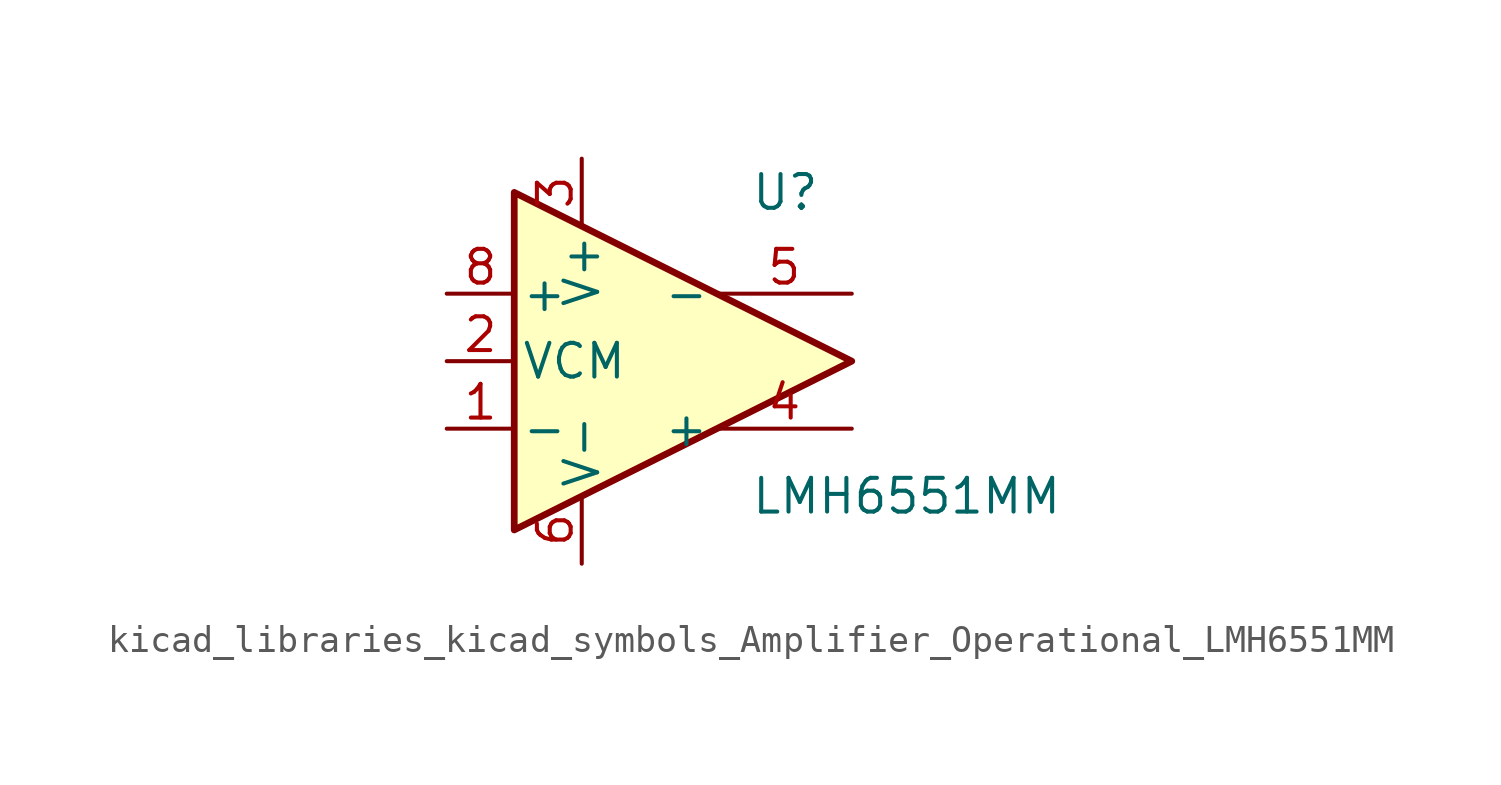
<source format=kicad_sym>
(kicad_symbol_lib
  (version 20220914)
  (generator kicad_symbol_editor)
  (symbol "kicad_libraries_kicad_symbols_Amplifier_Operational_LMH6551MM"
    (pin_names
      (offset 0.254))
    (property "Reference" "U"
      (at 3.81 6.35 0)
      (effects (font (size 1.27 1.27)) (justify left)))
    (property "Value" "LMH6551MM"
      (at 3.81 -5.08 0)
      (effects (font (size 1.27 1.27)) (justify left)))
    (symbol "kicad_libraries_kicad_symbols_Amplifier_Operational_LMH6551MM_0_1"
      (polyline (pts (xy 7.62 0) (xy -5.08 6.35) (xy -5.08 -6.35) (xy 7.62 0)) (stroke (width 0.254) (type default)) (fill (type background))))
    (symbol "kicad_libraries_kicad_symbols_Amplifier_Operational_LMH6551MM_1_1"
      (pin input line (at -7.62 -2.54 0) (length 2.54) (name "-" (effects (font (size 1.27 1.27)))) (number "1" (effects (font (size 1.27 1.27)))))
      (pin input line (at -7.62 0 0) (length 2.54) (name "VCM" (effects (font (size 1.27 1.27)))) (number "2" (effects (font (size 1.27 1.27)))))
      (pin power_in line (at -2.54 7.62 270) (length 2.54) (name "V+" (effects (font (size 1.27 1.27)))) (number "3" (effects (font (size 1.27 1.27)))))
      (pin output line (at 7.62 -2.54 180) (length 5.08) (name "+" (effects (font (size 1.27 1.27)))) (number "4" (effects (font (size 1.27 1.27)))))
      (pin output line (at 7.62 2.54 180) (length 5.08) (name "-" (effects (font (size 1.27 1.27)))) (number "5" (effects (font (size 1.27 1.27)))))
      (pin power_in line (at -2.54 -7.62 90) (length 2.54) (name "V-" (effects (font (size 1.27 1.27)))) (number "6" (effects (font (size 1.27 1.27)))))
      (pin no_connect line (at 5.08 0 180) (length 2.54) hide (name "NC" (effects (font (size 1.27 1.27)))) (number "7" (effects (font (size 1.27 1.27)))))
      (pin input line (at -7.62 2.54 0) (length 2.54) (name "+" (effects (font (size 1.27 1.27)))) (number "8" (effects (font (size 1.27 1.27))))))))
</source>
